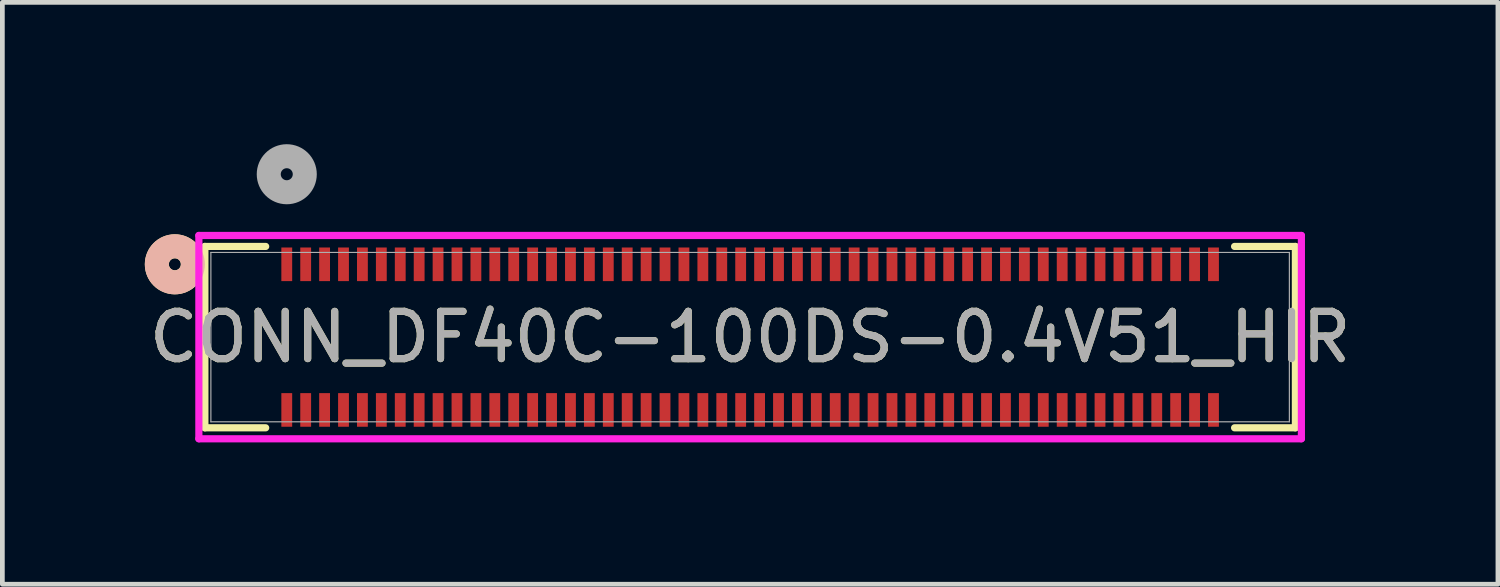
<source format=kicad_pcb>
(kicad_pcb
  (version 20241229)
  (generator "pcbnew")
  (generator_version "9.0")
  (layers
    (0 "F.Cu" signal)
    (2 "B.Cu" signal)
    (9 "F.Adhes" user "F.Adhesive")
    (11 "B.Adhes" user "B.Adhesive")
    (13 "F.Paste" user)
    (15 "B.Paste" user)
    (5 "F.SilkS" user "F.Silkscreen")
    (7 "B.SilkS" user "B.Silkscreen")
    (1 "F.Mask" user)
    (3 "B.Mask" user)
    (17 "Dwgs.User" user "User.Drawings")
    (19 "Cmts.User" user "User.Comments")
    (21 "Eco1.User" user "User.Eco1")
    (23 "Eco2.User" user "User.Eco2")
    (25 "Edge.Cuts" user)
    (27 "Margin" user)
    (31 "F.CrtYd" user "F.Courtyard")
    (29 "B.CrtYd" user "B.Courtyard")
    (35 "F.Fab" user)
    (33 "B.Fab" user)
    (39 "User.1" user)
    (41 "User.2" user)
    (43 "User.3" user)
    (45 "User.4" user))
  (footprint "CONN_DF40C-100DS-0.4V51_HIR"
    (layer "F.Cu")
    (at 12.815 4.08)
    (property "Reference" "CONN_DF40C-100DS-0.4V51_HIR" (at 0 0 0) (unlocked yes) (layer "F.SilkS") (effects (font (size 1 1) (thickness 0.15))))
    (attr smd)
    (fp_line (start -11.532 -1.918) (end -11.532 1.918) (stroke (width 0.152) (type solid)) (layer "F.SilkS"))
    (fp_line (start -11.532 1.918) (end -10.246 1.918) (stroke (width 0.152) (type solid)) (layer "F.SilkS"))
    (fp_line (start -10.246 -1.918) (end -11.532 -1.918) (stroke (width 0.152) (type solid)) (layer "F.SilkS"))
    (fp_line (start 10.246 1.918) (end 11.532 1.918) (stroke (width 0.152) (type solid)) (layer "F.SilkS"))
    (fp_line (start 11.532 -1.918) (end 10.246 -1.918) (stroke (width 0.152) (type solid)) (layer "F.SilkS"))
    (fp_line (start 11.532 1.918) (end 11.532 -1.918) (stroke (width 0.152) (type solid)) (layer "F.SilkS"))
    (fp_circle (center -12.167 -1.54) (end -11.786 -1.54) (stroke (width 0.508) (type solid)) (fill no) (layer "F.SilkS"))
    (fp_circle (center -12.167 -1.54) (end -11.786 -1.54) (stroke (width 0.508) (type solid)) (fill no) (layer "B.SilkS"))
    (fp_line (start -11.659 -2.15) (end -11.659 2.15) (stroke (width 0.152) (type solid)) (layer "F.CrtYd"))
    (fp_line (start -11.659 2.15) (end 11.659 2.15) (stroke (width 0.152) (type solid)) (layer "F.CrtYd"))
    (fp_line (start 11.659 -2.15) (end -11.659 -2.15) (stroke (width 0.152) (type solid)) (layer "F.CrtYd"))
    (fp_line (start 11.659 2.15) (end 11.659 -2.15) (stroke (width 0.152) (type solid)) (layer "F.CrtYd"))
    (fp_line (start -11.405 -1.791) (end -11.405 1.791) (stroke (width 0.025) (type solid)) (layer "F.Fab"))
    (fp_line (start -11.405 1.791) (end 11.405 1.791) (stroke (width 0.025) (type solid)) (layer "F.Fab"))
    (fp_line (start 11.405 -1.791) (end -11.405 -1.791) (stroke (width 0.025) (type solid)) (layer "F.Fab"))
    (fp_line (start 11.405 1.791) (end 11.405 -1.791) (stroke (width 0.025) (type solid)) (layer "F.Fab"))
    (fp_circle (center -9.8 -3.445) (end -9.419 -3.445) (stroke (width 0.508) (type solid)) (fill no) (layer "F.Fab"))
    (fp_text user "${REFERENCE}" (at 0 0 0) (unlocked yes) (layer "F.Fab") (effects (font (size 1 1) (thickness 0.15))))
    (pad "1" smd rect (at -9.8 -1.54) (size 0.229 0.711) (layers "F.Cu" "F.Mask" "F.Paste"))
    (pad "2" smd rect (at -9.8 1.54) (size 0.229 0.711) (layers "F.Cu" "F.Mask" "F.Paste"))
    (pad "3" smd rect (at -9.4 -1.54) (size 0.229 0.711) (layers "F.Cu" "F.Mask" "F.Paste"))
    (pad "4" smd rect (at -9.4 1.54) (size 0.229 0.711) (layers "F.Cu" "F.Mask" "F.Paste"))
    (pad "5" smd rect (at -9 -1.54) (size 0.229 0.711) (layers "F.Cu" "F.Mask" "F.Paste"))
    (pad "6" smd rect (at -9 1.54) (size 0.229 0.711) (layers "F.Cu" "F.Mask" "F.Paste"))
    (pad "7" smd rect (at -8.6 -1.54) (size 0.229 0.711) (layers "F.Cu" "F.Mask" "F.Paste"))
    (pad "8" smd rect (at -8.6 1.54) (size 0.229 0.711) (layers "F.Cu" "F.Mask" "F.Paste"))
    (pad "9" smd rect (at -8.2 -1.54) (size 0.229 0.711) (layers "F.Cu" "F.Mask" "F.Paste"))
    (pad "10" smd rect (at -8.2 1.54) (size 0.229 0.711) (layers "F.Cu" "F.Mask" "F.Paste"))
    (pad "11" smd rect (at -7.8 -1.54) (size 0.229 0.711) (layers "F.Cu" "F.Mask" "F.Paste"))
    (pad "12" smd rect (at -7.8 1.54) (size 0.229 0.711) (layers "F.Cu" "F.Mask" "F.Paste"))
    (pad "13" smd rect (at -7.4 -1.54) (size 0.229 0.711) (layers "F.Cu" "F.Mask" "F.Paste"))
    (pad "14" smd rect (at -7.4 1.54) (size 0.229 0.711) (layers "F.Cu" "F.Mask" "F.Paste"))
    (pad "15" smd rect (at -7 -1.54) (size 0.229 0.711) (layers "F.Cu" "F.Mask" "F.Paste"))
    (pad "16" smd rect (at -7 1.54) (size 0.229 0.711) (layers "F.Cu" "F.Mask" "F.Paste"))
    (pad "17" smd rect (at -6.6 -1.54) (size 0.229 0.711) (layers "F.Cu" "F.Mask" "F.Paste"))
    (pad "18" smd rect (at -6.6 1.54) (size 0.229 0.711) (layers "F.Cu" "F.Mask" "F.Paste"))
    (pad "19" smd rect (at -6.2 -1.54) (size 0.229 0.711) (layers "F.Cu" "F.Mask" "F.Paste"))
    (pad "20" smd rect (at -6.2 1.54) (size 0.229 0.711) (layers "F.Cu" "F.Mask" "F.Paste"))
    (pad "21" smd rect (at -5.8 -1.54) (size 0.229 0.711) (layers "F.Cu" "F.Mask" "F.Paste"))
    (pad "22" smd rect (at -5.8 1.54) (size 0.229 0.711) (layers "F.Cu" "F.Mask" "F.Paste"))
    (pad "23" smd rect (at -5.4 -1.54) (size 0.229 0.711) (layers "F.Cu" "F.Mask" "F.Paste"))
    (pad "24" smd rect (at -5.4 1.54) (size 0.229 0.711) (layers "F.Cu" "F.Mask" "F.Paste"))
    (pad "25" smd rect (at -5 -1.54) (size 0.229 0.711) (layers "F.Cu" "F.Mask" "F.Paste"))
    (pad "26" smd rect (at -5 1.54) (size 0.229 0.711) (layers "F.Cu" "F.Mask" "F.Paste"))
    (pad "27" smd rect (at -4.6 -1.54) (size 0.229 0.711) (layers "F.Cu" "F.Mask" "F.Paste"))
    (pad "28" smd rect (at -4.6 1.54) (size 0.229 0.711) (layers "F.Cu" "F.Mask" "F.Paste"))
    (pad "29" smd rect (at -4.2 -1.54) (size 0.229 0.711) (layers "F.Cu" "F.Mask" "F.Paste"))
    (pad "30" smd rect (at -4.2 1.54) (size 0.229 0.711) (layers "F.Cu" "F.Mask" "F.Paste"))
    (pad "31" smd rect (at -3.8 -1.54) (size 0.229 0.711) (layers "F.Cu" "F.Mask" "F.Paste"))
    (pad "32" smd rect (at -3.8 1.54) (size 0.229 0.711) (layers "F.Cu" "F.Mask" "F.Paste"))
    (pad "33" smd rect (at -3.4 -1.54) (size 0.229 0.711) (layers "F.Cu" "F.Mask" "F.Paste"))
    (pad "34" smd rect (at -3.4 1.54) (size 0.229 0.711) (layers "F.Cu" "F.Mask" "F.Paste"))
    (pad "35" smd rect (at -3 -1.54) (size 0.229 0.711) (layers "F.Cu" "F.Mask" "F.Paste"))
    (pad "36" smd rect (at -3 1.54) (size 0.229 0.711) (layers "F.Cu" "F.Mask" "F.Paste"))
    (pad "37" smd rect (at -2.6 -1.54) (size 0.229 0.711) (layers "F.Cu" "F.Mask" "F.Paste"))
    (pad "38" smd rect (at -2.6 1.54) (size 0.229 0.711) (layers "F.Cu" "F.Mask" "F.Paste"))
    (pad "39" smd rect (at -2.2 -1.54) (size 0.229 0.711) (layers "F.Cu" "F.Mask" "F.Paste"))
    (pad "40" smd rect (at -2.2 1.54) (size 0.229 0.711) (layers "F.Cu" "F.Mask" "F.Paste"))
    (pad "41" smd rect (at -1.8 -1.54) (size 0.229 0.711) (layers "F.Cu" "F.Mask" "F.Paste"))
    (pad "42" smd rect (at -1.8 1.54) (size 0.229 0.711) (layers "F.Cu" "F.Mask" "F.Paste"))
    (pad "43" smd rect (at -1.4 -1.54) (size 0.229 0.711) (layers "F.Cu" "F.Mask" "F.Paste"))
    (pad "44" smd rect (at -1.4 1.54) (size 0.229 0.711) (layers "F.Cu" "F.Mask" "F.Paste"))
    (pad "45" smd rect (at -1 -1.54) (size 0.229 0.711) (layers "F.Cu" "F.Mask" "F.Paste"))
    (pad "46" smd rect (at -1 1.54) (size 0.229 0.711) (layers "F.Cu" "F.Mask" "F.Paste"))
    (pad "47" smd rect (at -0.6 -1.54) (size 0.229 0.711) (layers "F.Cu" "F.Mask" "F.Paste"))
    (pad "48" smd rect (at -0.6 1.54) (size 0.229 0.711) (layers "F.Cu" "F.Mask" "F.Paste"))
    (pad "49" smd rect (at -0.2 -1.54) (size 0.229 0.711) (layers "F.Cu" "F.Mask" "F.Paste"))
    (pad "50" smd rect (at -0.2 1.54) (size 0.229 0.711) (layers "F.Cu" "F.Mask" "F.Paste"))
    (pad "51" smd rect (at 0.2 -1.54) (size 0.229 0.711) (layers "F.Cu" "F.Mask" "F.Paste"))
    (pad "52" smd rect (at 0.2 1.54) (size 0.229 0.711) (layers "F.Cu" "F.Mask" "F.Paste"))
    (pad "53" smd rect (at 0.6 -1.54) (size 0.229 0.711) (layers "F.Cu" "F.Mask" "F.Paste"))
    (pad "54" smd rect (at 0.6 1.54) (size 0.229 0.711) (layers "F.Cu" "F.Mask" "F.Paste"))
    (pad "55" smd rect (at 1 -1.54) (size 0.229 0.711) (layers "F.Cu" "F.Mask" "F.Paste"))
    (pad "56" smd rect (at 1 1.54) (size 0.229 0.711) (layers "F.Cu" "F.Mask" "F.Paste"))
    (pad "57" smd rect (at 1.4 -1.54) (size 0.229 0.711) (layers "F.Cu" "F.Mask" "F.Paste"))
    (pad "58" smd rect (at 1.4 1.54) (size 0.229 0.711) (layers "F.Cu" "F.Mask" "F.Paste"))
    (pad "59" smd rect (at 1.8 -1.54) (size 0.229 0.711) (layers "F.Cu" "F.Mask" "F.Paste"))
    (pad "60" smd rect (at 1.8 1.54) (size 0.229 0.711) (layers "F.Cu" "F.Mask" "F.Paste"))
    (pad "61" smd rect (at 2.2 -1.54) (size 0.229 0.711) (layers "F.Cu" "F.Mask" "F.Paste"))
    (pad "62" smd rect (at 2.2 1.54) (size 0.229 0.711) (layers "F.Cu" "F.Mask" "F.Paste"))
    (pad "63" smd rect (at 2.6 -1.54) (size 0.229 0.711) (layers "F.Cu" "F.Mask" "F.Paste"))
    (pad "64" smd rect (at 2.6 1.54) (size 0.229 0.711) (layers "F.Cu" "F.Mask" "F.Paste"))
    (pad "65" smd rect (at 3 -1.54) (size 0.229 0.711) (layers "F.Cu" "F.Mask" "F.Paste"))
    (pad "66" smd rect (at 3 1.54) (size 0.229 0.711) (layers "F.Cu" "F.Mask" "F.Paste"))
    (pad "67" smd rect (at 3.4 -1.54) (size 0.229 0.711) (layers "F.Cu" "F.Mask" "F.Paste"))
    (pad "68" smd rect (at 3.4 1.54) (size 0.229 0.711) (layers "F.Cu" "F.Mask" "F.Paste"))
    (pad "69" smd rect (at 3.8 -1.54) (size 0.229 0.711) (layers "F.Cu" "F.Mask" "F.Paste"))
    (pad "70" smd rect (at 3.8 1.54) (size 0.229 0.711) (layers "F.Cu" "F.Mask" "F.Paste"))
    (pad "71" smd rect (at 4.2 -1.54) (size 0.229 0.711) (layers "F.Cu" "F.Mask" "F.Paste"))
    (pad "72" smd rect (at 4.2 1.54) (size 0.229 0.711) (layers "F.Cu" "F.Mask" "F.Paste"))
    (pad "73" smd rect (at 4.6 -1.54) (size 0.229 0.711) (layers "F.Cu" "F.Mask" "F.Paste"))
    (pad "74" smd rect (at 4.6 1.54) (size 0.229 0.711) (layers "F.Cu" "F.Mask" "F.Paste"))
    (pad "75" smd rect (at 5 -1.54) (size 0.229 0.711) (layers "F.Cu" "F.Mask" "F.Paste"))
    (pad "76" smd rect (at 5 1.54) (size 0.229 0.711) (layers "F.Cu" "F.Mask" "F.Paste"))
    (pad "77" smd rect (at 5.4 -1.54) (size 0.229 0.711) (layers "F.Cu" "F.Mask" "F.Paste"))
    (pad "78" smd rect (at 5.4 1.54) (size 0.229 0.711) (layers "F.Cu" "F.Mask" "F.Paste"))
    (pad "79" smd rect (at 5.8 -1.54) (size 0.229 0.711) (layers "F.Cu" "F.Mask" "F.Paste"))
    (pad "80" smd rect (at 5.8 1.54) (size 0.229 0.711) (layers "F.Cu" "F.Mask" "F.Paste"))
    (pad "81" smd rect (at 6.2 -1.54) (size 0.229 0.711) (layers "F.Cu" "F.Mask" "F.Paste"))
    (pad "82" smd rect (at 6.2 1.54) (size 0.229 0.711) (layers "F.Cu" "F.Mask" "F.Paste"))
    (pad "83" smd rect (at 6.6 -1.54) (size 0.229 0.711) (layers "F.Cu" "F.Mask" "F.Paste"))
    (pad "84" smd rect (at 6.6 1.54) (size 0.229 0.711) (layers "F.Cu" "F.Mask" "F.Paste"))
    (pad "85" smd rect (at 7 -1.54) (size 0.229 0.711) (layers "F.Cu" "F.Mask" "F.Paste"))
    (pad "86" smd rect (at 7 1.54) (size 0.229 0.711) (layers "F.Cu" "F.Mask" "F.Paste"))
    (pad "87" smd rect (at 7.4 -1.54) (size 0.229 0.711) (layers "F.Cu" "F.Mask" "F.Paste"))
    (pad "88" smd rect (at 7.4 1.54) (size 0.229 0.711) (layers "F.Cu" "F.Mask" "F.Paste"))
    (pad "89" smd rect (at 7.8 -1.54) (size 0.229 0.711) (layers "F.Cu" "F.Mask" "F.Paste"))
    (pad "90" smd rect (at 7.8 1.54) (size 0.229 0.711) (layers "F.Cu" "F.Mask" "F.Paste"))
    (pad "91" smd rect (at 8.2 -1.54) (size 0.229 0.711) (layers "F.Cu" "F.Mask" "F.Paste"))
    (pad "92" smd rect (at 8.2 1.54) (size 0.229 0.711) (layers "F.Cu" "F.Mask" "F.Paste"))
    (pad "93" smd rect (at 8.6 -1.54) (size 0.229 0.711) (layers "F.Cu" "F.Mask" "F.Paste"))
    (pad "94" smd rect (at 8.6 1.54) (size 0.229 0.711) (layers "F.Cu" "F.Mask" "F.Paste"))
    (pad "95" smd rect (at 9 -1.54) (size 0.229 0.711) (layers "F.Cu" "F.Mask" "F.Paste"))
    (pad "96" smd rect (at 9 1.54) (size 0.229 0.711) (layers "F.Cu" "F.Mask" "F.Paste"))
    (pad "97" smd rect (at 9.4 -1.54) (size 0.229 0.711) (layers "F.Cu" "F.Mask" "F.Paste"))
    (pad "98" smd rect (at 9.4 1.54) (size 0.229 0.711) (layers "F.Cu" "F.Mask" "F.Paste"))
    (pad "99" smd rect (at 9.8 -1.54) (size 0.229 0.711) (layers "F.Cu" "F.Mask" "F.Paste"))
    (pad "100" smd rect (at 9.8 1.54) (size 0.229 0.711) (layers "F.Cu" "F.Mask" "F.Paste")))
  (gr_rect
    (start -3 -3)
    (end 28.631 9.306)
    (stroke (width 0.1) (type default))
    (fill no)
    (layer "Edge.Cuts")))
</source>
